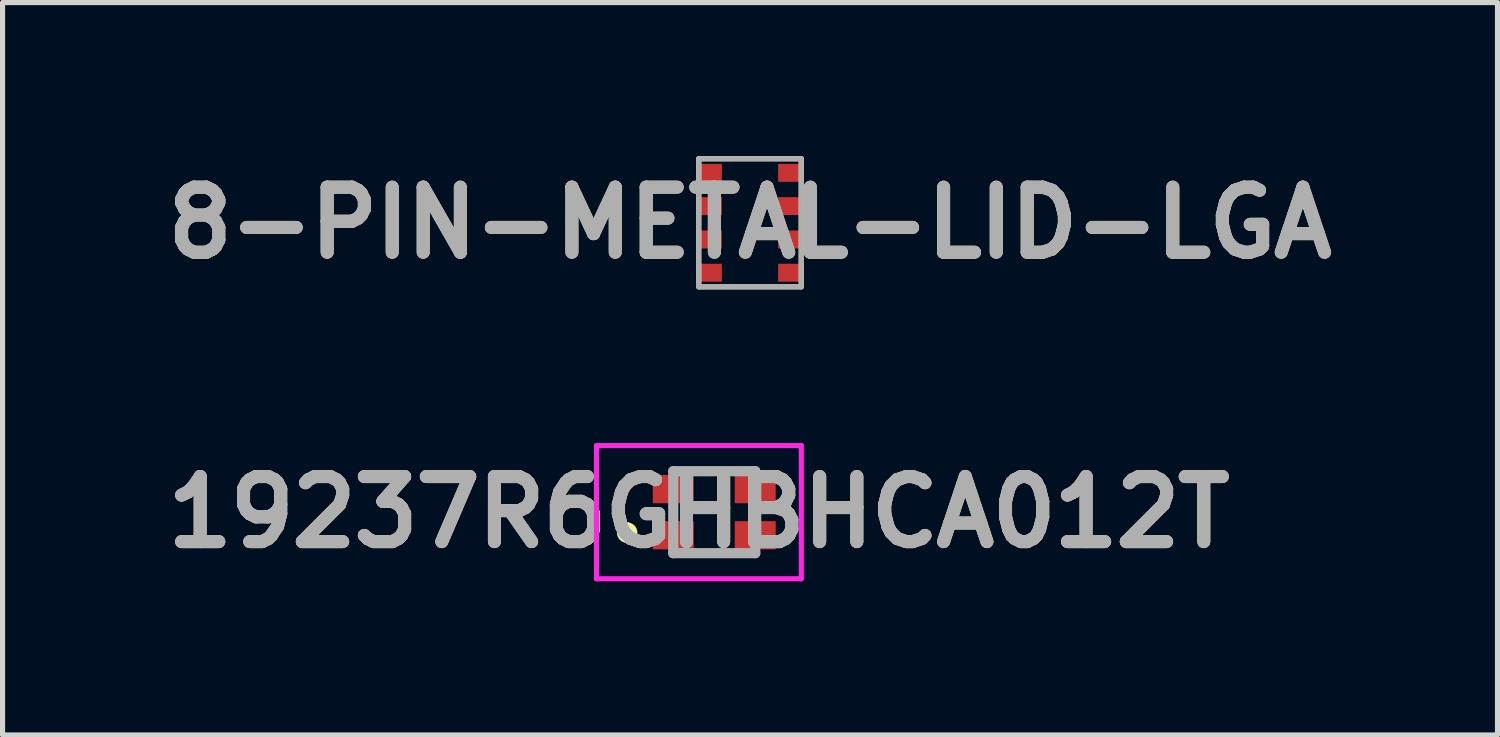
<source format=kicad_pcb>
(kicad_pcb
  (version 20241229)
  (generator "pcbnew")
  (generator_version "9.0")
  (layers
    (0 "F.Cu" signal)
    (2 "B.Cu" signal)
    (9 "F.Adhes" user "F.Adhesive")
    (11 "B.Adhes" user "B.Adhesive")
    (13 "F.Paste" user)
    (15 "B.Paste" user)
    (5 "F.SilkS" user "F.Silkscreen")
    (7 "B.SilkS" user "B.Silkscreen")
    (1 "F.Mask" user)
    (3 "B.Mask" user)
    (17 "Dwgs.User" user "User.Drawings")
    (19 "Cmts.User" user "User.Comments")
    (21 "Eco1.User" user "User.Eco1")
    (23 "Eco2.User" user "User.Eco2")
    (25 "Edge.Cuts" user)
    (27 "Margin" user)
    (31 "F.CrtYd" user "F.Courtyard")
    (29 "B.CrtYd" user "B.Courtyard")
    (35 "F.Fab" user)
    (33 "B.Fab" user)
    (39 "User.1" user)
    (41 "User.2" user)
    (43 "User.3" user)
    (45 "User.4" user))
  (footprint "19237R6GHBHCA012T"
    (layer "F.Cu")
    (at 10.895 6.95)
    (property "Reference" "19237R6GHBHCA012T" (at -0.3 0 0) (layer "F.SilkS") (effects (font (size 1.27 1.27) (thickness 0.254))))
    (attr smd)
    (fp_line (start -1.7 0.3) (end -1.7 0.3) (stroke (width 0.2) (type solid)) (layer "F.SilkS"))
    (fp_line (start -1.7 0.5) (end -1.7 0.5) (stroke (width 0.2) (type solid)) (layer "F.SilkS"))
    (fp_line (start -0.15 -0.8) (end 0.15 -0.8) (stroke (width 0.1) (type solid)) (layer "F.SilkS"))
    (fp_line (start -0.15 0.8) (end 0.15 0.8) (stroke (width 0.1) (type solid)) (layer "F.SilkS"))
    (fp_arc (start -1.7 0.3) (mid -1.6 0.4) (end -1.7 0.5) (stroke (width 0.2) (type solid)) (layer "F.SilkS"))
    (fp_arc (start -1.7 0.5) (mid -1.8 0.4) (end -1.7 0.3) (stroke (width 0.2) (type solid)) (layer "F.SilkS"))
    (fp_line (start -2.3 -1.3) (end 1.7 -1.3) (stroke (width 0.1) (type solid)) (layer "F.CrtYd"))
    (fp_line (start -2.3 1.3) (end -2.3 -1.3) (stroke (width 0.1) (type solid)) (layer "F.CrtYd"))
    (fp_line (start 1.7 -1.3) (end 1.7 1.3) (stroke (width 0.1) (type solid)) (layer "F.CrtYd"))
    (fp_line (start 1.7 1.3) (end -2.3 1.3) (stroke (width 0.1) (type solid)) (layer "F.CrtYd"))
    (fp_line (start -0.8 -0.8) (end 0.8 -0.8) (stroke (width 0.2) (type solid)) (layer "F.Fab"))
    (fp_line (start -0.8 0.8) (end -0.8 -0.8) (stroke (width 0.2) (type solid)) (layer "F.Fab"))
    (fp_line (start 0.8 -0.8) (end 0.8 0.8) (stroke (width 0.2) (type solid)) (layer "F.Fab"))
    (fp_line (start 0.8 0.8) (end -0.8 0.8) (stroke (width 0.2) (type solid)) (layer "F.Fab"))
    (fp_text user "${REFERENCE}" (at -0.3 0 0) (layer "F.Fab") (effects (font (size 1.27 1.27) (thickness 0.254))))
    (pad "1" smd rect (at -0.8 0.45 90) (size 0.55 0.8) (layers "F.Cu" "F.Mask" "F.Paste"))
    (pad "2" smd rect (at -0.8 -0.45 90) (size 0.55 0.8) (layers "F.Cu" "F.Mask" "F.Paste"))
    (pad "3" smd rect (at 0.8 -0.45 90) (size 0.55 0.8) (layers "F.Cu" "F.Mask" "F.Paste"))
    (pad "4" smd rect (at 0.8 0.45 90) (size 0.55 0.8) (layers "F.Cu" "F.Mask" "F.Paste")))
  (footprint "8-PIN-METAL-LID-LGA"
    (layer "F.Cu")
    (at 11.593 1.3)
    (property "Reference" "8-PIN-METAL-LID-LGA" (at 0 0 0) (layer "F.SilkS") (effects (font (size 1.27 1.27) (thickness 0.254))))
    (attr smd)
    (fp_line (start -1 -1.25) (end 1 -1.25) (stroke (width 0.1) (type solid)) (layer "F.SilkS"))
    (fp_line (start -1 1.25) (end -1 -1.25) (stroke (width 0.1) (type solid)) (layer "F.SilkS"))
    (fp_line (start 1 -1.25) (end 1 1.25) (stroke (width 0.1) (type solid)) (layer "F.SilkS"))
    (fp_line (start 1 1.25) (end -1 1.25) (stroke (width 0.1) (type solid)) (layer "F.SilkS"))
    (fp_line (start -1 -1.25) (end 1 -1.25) (stroke (width 0.1) (type solid)) (layer "F.Fab"))
    (fp_line (start -1 1.25) (end -1 -1.25) (stroke (width 0.1) (type solid)) (layer "F.Fab"))
    (fp_line (start 1 -1.25) (end 1 1.25) (stroke (width 0.1) (type solid)) (layer "F.Fab"))
    (fp_line (start 1 1.25) (end -1 1.25) (stroke (width 0.1) (type solid)) (layer "F.Fab"))
    (fp_text user "${REFERENCE}" (at 0 0 0) (layer "F.Fab") (effects (font (size 1.27 1.27) (thickness 0.254))))
    (pad "1" smd rect (at 0.8 -0.975 90) (size 0.35 0.5) (layers "F.Cu" "F.Mask" "F.Paste"))
    (pad "2" smd rect (at 0.8 -0.325 90) (size 0.35 0.5) (layers "F.Cu" "F.Mask" "F.Paste"))
    (pad "3" smd rect (at 0.8 0.325 90) (size 0.35 0.5) (layers "F.Cu" "F.Mask" "F.Paste"))
    (pad "4" smd rect (at 0.8 0.975 90) (size 0.35 0.5) (layers "F.Cu" "F.Mask" "F.Paste"))
    (pad "5" smd rect (at -0.8 0.975 90) (size 0.35 0.5) (layers "F.Cu" "F.Mask" "F.Paste"))
    (pad "6" smd rect (at -0.8 0.325 90) (size 0.35 0.5) (layers "F.Cu" "F.Mask" "F.Paste"))
    (pad "7" smd rect (at -0.8 -0.325 90) (size 0.35 0.5) (layers "F.Cu" "F.Mask" "F.Paste"))
    (pad "8" smd rect (at -0.8 -0.975 90) (size 0.35 0.5) (layers "F.Cu" "F.Mask" "F.Paste")))
  (gr_rect
    (start -3 -3)
    (end 26.187 11.3)
    (stroke (width 0.1) (type default))
    (fill no)
    (layer "Edge.Cuts")))
</source>
